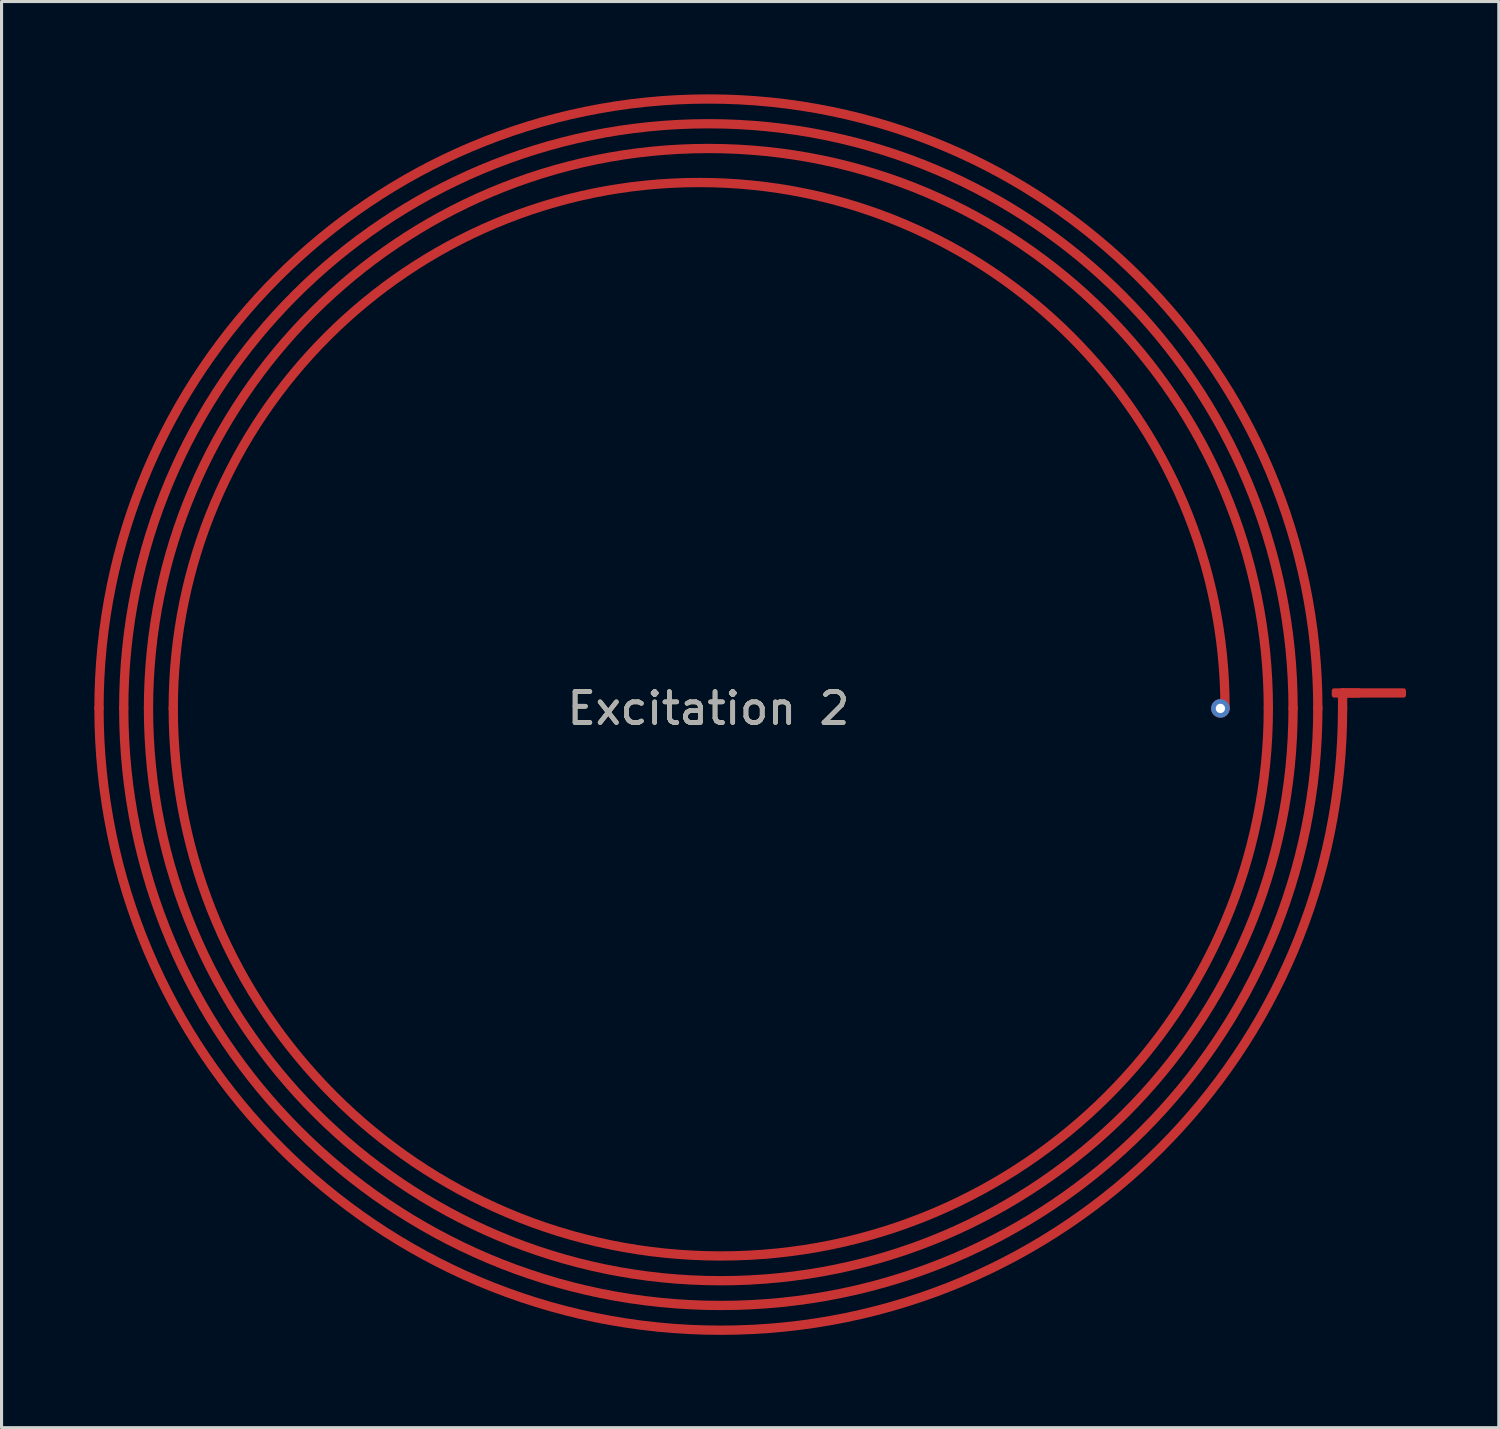
<source format=kicad_pcb>
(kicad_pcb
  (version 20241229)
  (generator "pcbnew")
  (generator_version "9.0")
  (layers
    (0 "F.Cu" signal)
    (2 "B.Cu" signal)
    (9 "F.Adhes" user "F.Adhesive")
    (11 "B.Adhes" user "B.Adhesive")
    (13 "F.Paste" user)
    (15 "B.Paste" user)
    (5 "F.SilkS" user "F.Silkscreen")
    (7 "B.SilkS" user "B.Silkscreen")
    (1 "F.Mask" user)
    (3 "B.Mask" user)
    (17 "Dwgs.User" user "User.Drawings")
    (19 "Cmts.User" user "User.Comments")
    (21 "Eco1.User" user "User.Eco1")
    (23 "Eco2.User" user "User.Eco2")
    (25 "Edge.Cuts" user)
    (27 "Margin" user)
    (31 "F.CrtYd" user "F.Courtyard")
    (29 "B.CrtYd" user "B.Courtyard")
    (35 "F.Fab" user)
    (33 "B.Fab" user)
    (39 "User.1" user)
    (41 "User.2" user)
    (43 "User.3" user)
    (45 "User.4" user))
  (footprint "Excitation 2"
    (layer "F.Cu")
    (at 19.85 19.85)
    (property "Reference" "Excitation 2" (at 0 0 0) (unlocked yes) (layer "F.SilkS") (effects (font (size 1 1) (thickness 0.15))))
    (attr smd)
    (fp_line (start 20.5 -0.5) (end 21 -0.5) (stroke (width 0.3) (type solid)) (layer "F.Cu"))
    (fp_line (start 20.5 0) (end 20.5 -0.5) (stroke (width 0.3) (type solid)) (layer "F.Cu"))
    (fp_arc (start -19.7 0) (mid 0 -19.7) (end 19.7 0) (stroke (width 0.3) (type solid)) (layer "F.Cu"))
    (fp_arc (start -18.9 0) (mid 0 -18.9) (end 18.9 0) (stroke (width 0.3) (type solid)) (layer "F.Cu"))
    (fp_arc (start -18.1 0) (mid 0 -18.1) (end 18.1 0) (stroke (width 0.3) (type solid)) (layer "F.Cu"))
    (fp_arc (start -17.3 0) (mid -0.6 -17) (end 16.7 0) (stroke (width 0.3) (type solid)) (layer "F.Cu"))
    (fp_arc (start 18.1 0) (mid -0.4 17.7) (end -17.3 0) (stroke (width 0.3) (type solid)) (layer "F.Cu"))
    (fp_arc (start 18.9 0) (mid 0.4 18.5) (end -18.1 0) (stroke (width 0.3) (type solid)) (layer "F.Cu"))
    (fp_arc (start 19.7 0) (mid 0.4 19.3) (end -18.9 0) (stroke (width 0.3) (type solid)) (layer "F.Cu"))
    (fp_arc (start 20.5 0) (mid 0.4 20.1) (end -19.7 0) (stroke (width 0.3) (type solid)) (layer "F.Cu"))
    (fp_text user "${REFERENCE}" (at 0 0 0) (unlocked yes) (layer "F.Fab") (effects (font (size 1 1) (thickness 0.15))))
    (pad "" thru_hole circle (at 16.55 0) (size 0.6 0.6) (drill 0.3) (layers "*.Cu" "*.Mask"))
    (pad "1" smd roundrect (at 21.35 -0.5) (size 2.4 0.3) (layers "F.Cu") (roundrect_rratio 0.25)))
  (gr_rect
    (start -3 -3)
    (end 45.4 43.1)
    (stroke (width 0.1) (type default))
    (fill no)
    (layer "Edge.Cuts")))
</source>
